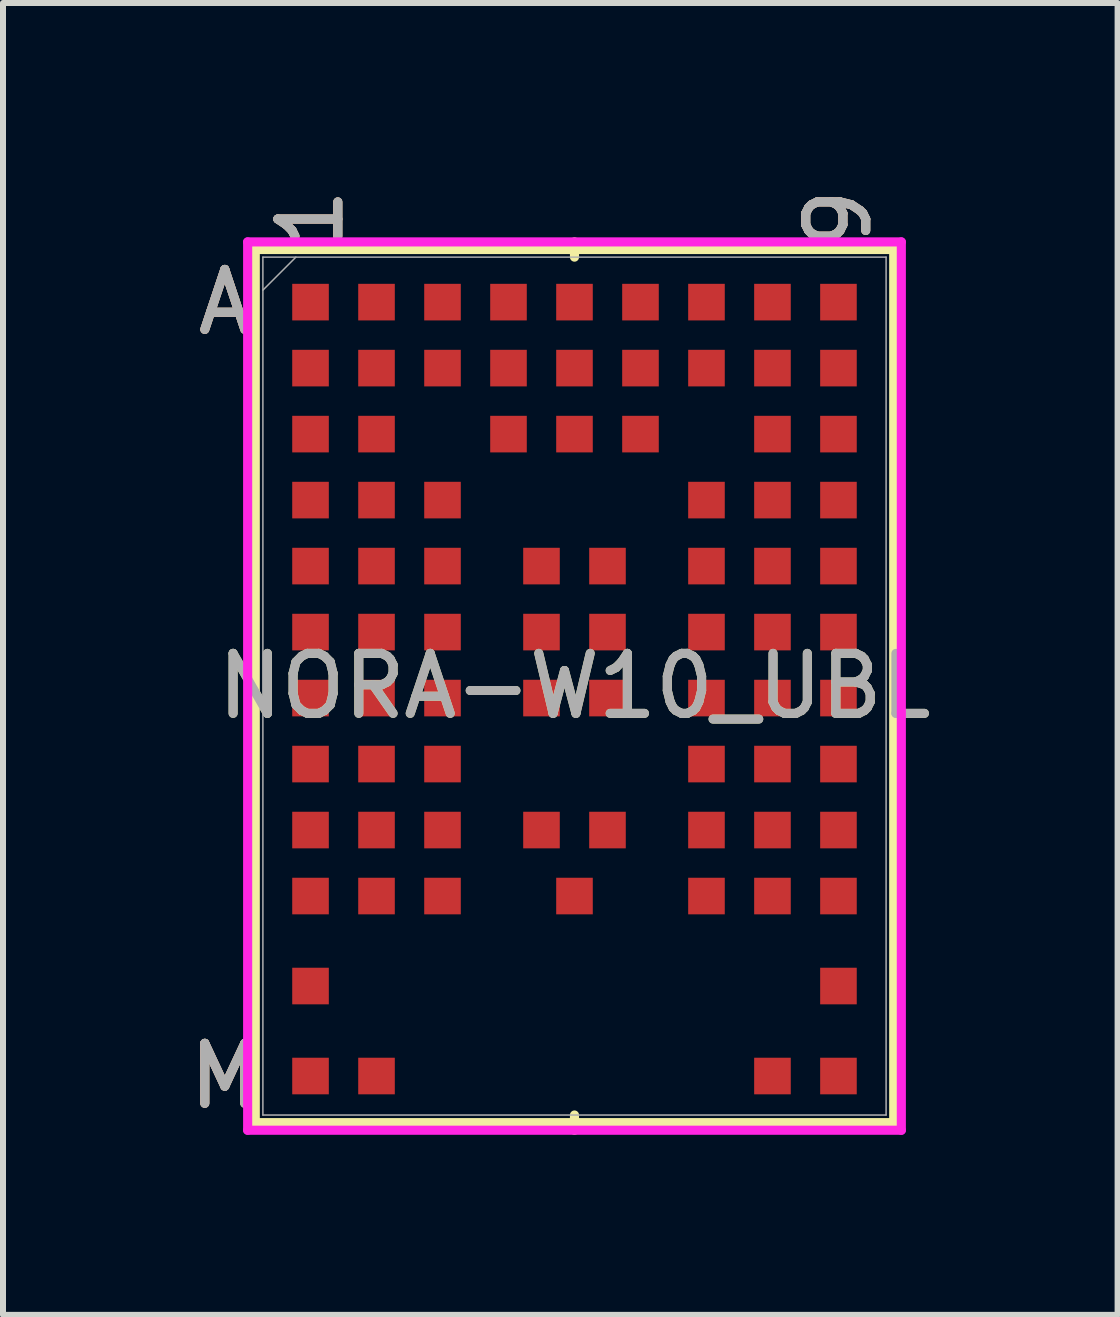
<source format=kicad_pcb>
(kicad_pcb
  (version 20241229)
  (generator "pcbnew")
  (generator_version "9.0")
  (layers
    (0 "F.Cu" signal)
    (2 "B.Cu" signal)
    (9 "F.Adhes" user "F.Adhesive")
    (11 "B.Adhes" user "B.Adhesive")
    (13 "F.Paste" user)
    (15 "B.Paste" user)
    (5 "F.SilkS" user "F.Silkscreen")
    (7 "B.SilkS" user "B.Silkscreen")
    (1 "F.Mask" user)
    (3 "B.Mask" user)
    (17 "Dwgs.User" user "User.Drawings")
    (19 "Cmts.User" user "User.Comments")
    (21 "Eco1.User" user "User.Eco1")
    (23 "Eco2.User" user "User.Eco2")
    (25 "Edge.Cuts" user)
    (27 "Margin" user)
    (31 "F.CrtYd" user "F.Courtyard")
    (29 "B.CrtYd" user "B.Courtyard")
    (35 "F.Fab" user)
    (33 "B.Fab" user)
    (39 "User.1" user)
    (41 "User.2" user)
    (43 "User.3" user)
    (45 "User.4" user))
  (footprint "NORA-W10_UBL"
    (layer "F.Cu")
    (at 6.526 8.386)
    (property "Reference" "NORA-W10_UBL" (at 0 0 0) (unlocked yes) (layer "F.SilkS") (effects (font (size 1 1) (thickness 0.15))))
    (attr smd)
    (fp_line (start -5.321 -7.277) (end -5.321 7.277) (stroke (width 0.152) (type solid)) (layer "F.SilkS"))
    (fp_line (start -5.321 7.277) (end 5.321 7.277) (stroke (width 0.152) (type solid)) (layer "F.SilkS"))
    (fp_line (start 0 -7.15) (end 0 -7.404) (stroke (width 0.152) (type solid)) (layer "F.SilkS"))
    (fp_line (start 0 7.15) (end 0 7.404) (stroke (width 0.152) (type solid)) (layer "F.SilkS"))
    (fp_line (start 5.321 -7.277) (end -5.321 -7.277) (stroke (width 0.152) (type solid)) (layer "F.SilkS"))
    (fp_line (start 5.321 7.277) (end 5.321 -7.277) (stroke (width 0.152) (type solid)) (layer "F.SilkS"))
    (fp_poly (pts (xy -5.458 -2.158) (xy 5.458 -2.158) (xy 5.458 2.158) (xy -5.458 2.158)) (stroke (width 0.1) (type solid)) (fill no) (layer "Eco2.User"))
    (fp_poly (pts (xy -4.095 3.805) (xy -4.095 6.195) (xy -2.995 6.195) (xy -2.995 7) (xy -5.194 7) (xy -5.194 7.15) (xy 5.194 7.15) (xy 5.194 7) (xy 2.995 7) (xy 2.995 6.195) (xy 4.095 6.195) (xy 4.095 3.805)) (stroke (width 0.1) (type solid)) (fill no) (layer "Eco2.User"))
    (fp_line (start -5.448 -7.404) (end 5.448 -7.404) (stroke (width 0.152) (type solid)) (layer "F.CrtYd"))
    (fp_line (start -5.448 7.404) (end -5.448 -7.404) (stroke (width 0.152) (type solid)) (layer "F.CrtYd"))
    (fp_line (start 5.448 -7.404) (end 5.448 7.404) (stroke (width 0.152) (type solid)) (layer "F.CrtYd"))
    (fp_line (start 5.448 7.404) (end -5.448 7.404) (stroke (width 0.152) (type solid)) (layer "F.CrtYd"))
    (fp_line (start -5.194 -7.15) (end -5.194 7.15) (stroke (width 0.025) (type solid)) (layer "F.Fab"))
    (fp_line (start -5.194 7.15) (end 5.194 7.15) (stroke (width 0.025) (type solid)) (layer "F.Fab"))
    (fp_line (start -4.644 -7.15) (end -5.194 -6.6) (stroke (width 0.025) (type solid)) (layer "F.Fab"))
    (fp_line (start 5.194 -7.15) (end -5.194 -7.15) (stroke (width 0.025) (type solid)) (layer "F.Fab"))
    (fp_line (start 5.194 7.15) (end 5.194 -7.15) (stroke (width 0.025) (type solid)) (layer "F.Fab"))
    (fp_text user "1" (at -4.4 -7.785 90) (unlocked yes) (layer "F.SilkS") (effects (font (size 1 1) (thickness 0.15))))
    (fp_text user "9" (at 4.4 -7.785 90) (unlocked yes) (layer "F.SilkS") (effects (font (size 1 1) (thickness 0.15))))
    (fp_text user "A" (at -5.829 -6.4 0) (unlocked yes) (layer "F.SilkS") (effects (font (size 1 1) (thickness 0.15))))
    (fp_text user "M" (at -5.829 6.5 0) (unlocked yes) (layer "F.SilkS") (effects (font (size 1 1) (thickness 0.15))))
    (fp_text user "M" (at -5.829 6.5 0) (unlocked yes) (layer "B.SilkS") (effects (font (size 1 1) (thickness 0.15))))
    (fp_text user "9" (at 4.4 -7.785 90) (unlocked yes) (layer "B.SilkS") (effects (font (size 1 1) (thickness 0.15))))
    (fp_text user "A" (at -5.829 -6.4 0) (unlocked yes) (layer "B.SilkS") (effects (font (size 1 1) (thickness 0.15))))
    (fp_text user "1" (at -4.4 -7.785 90) (unlocked yes) (layer "B.SilkS") (effects (font (size 1 1) (thickness 0.15))))
    (fp_text user "M" (at -5.829 6.5 0) (unlocked yes) (layer "F.Fab") (effects (font (size 1 1) (thickness 0.15))))
    (fp_text user "A" (at -5.829 -6.4 0) (unlocked yes) (layer "F.Fab") (effects (font (size 1 1) (thickness 0.15))))
    (fp_text user "9" (at 4.4 -7.785 90) (unlocked yes) (layer "F.Fab") (effects (font (size 1 1) (thickness 0.15))))
    (fp_text user "1" (at -4.4 -7.785 90) (unlocked yes) (layer "F.Fab") (effects (font (size 1 1) (thickness 0.15))))
    (fp_text user "${REFERENCE}" (at 0 0 0) (unlocked yes) (layer "F.Fab") (effects (font (size 1 1) (thickness 0.15))))
    (pad "A1" smd rect (at -4.4 -6.4) (size 0.61 0.61) (layers "F.Cu" "F.Mask" "F.Paste"))
    (pad "A2" smd rect (at -3.3 -6.4) (size 0.61 0.61) (layers "F.Cu" "F.Mask" "F.Paste"))
    (pad "A3" smd rect (at -2.2 -6.4) (size 0.61 0.61) (layers "F.Cu" "F.Mask" "F.Paste"))
    (pad "A4" smd rect (at -1.1 -6.4) (size 0.61 0.61) (layers "F.Cu" "F.Mask" "F.Paste"))
    (pad "A5" smd rect (at 0 -6.4) (size 0.61 0.61) (layers "F.Cu" "F.Mask" "F.Paste"))
    (pad "A6" smd rect (at 1.1 -6.4) (size 0.61 0.61) (layers "F.Cu" "F.Mask" "F.Paste"))
    (pad "A7" smd rect (at 2.2 -6.4) (size 0.61 0.61) (layers "F.Cu" "F.Mask" "F.Paste"))
    (pad "A8" smd rect (at 3.3 -6.4) (size 0.61 0.61) (layers "F.Cu" "F.Mask" "F.Paste"))
    (pad "A9" smd rect (at 4.4 -6.4) (size 0.61 0.61) (layers "F.Cu" "F.Mask" "F.Paste"))
    (pad "B1" smd rect (at -4.4 -5.3) (size 0.61 0.61) (layers "F.Cu" "F.Mask" "F.Paste"))
    (pad "B2" smd rect (at -3.3 -5.3) (size 0.61 0.61) (layers "F.Cu" "F.Mask" "F.Paste"))
    (pad "B3" smd rect (at -2.2 -5.3) (size 0.61 0.61) (layers "F.Cu" "F.Mask" "F.Paste"))
    (pad "B4" smd rect (at -1.1 -5.3) (size 0.61 0.61) (layers "F.Cu" "F.Mask" "F.Paste"))
    (pad "B5" smd rect (at 0 -5.3) (size 0.61 0.61) (layers "F.Cu" "F.Mask" "F.Paste"))
    (pad "B6" smd rect (at 1.1 -5.3) (size 0.61 0.61) (layers "F.Cu" "F.Mask" "F.Paste"))
    (pad "B7" smd rect (at 2.2 -5.3) (size 0.61 0.61) (layers "F.Cu" "F.Mask" "F.Paste"))
    (pad "B8" smd rect (at 3.3 -5.3) (size 0.61 0.61) (layers "F.Cu" "F.Mask" "F.Paste"))
    (pad "B9" smd rect (at 4.4 -5.3) (size 0.61 0.61) (layers "F.Cu" "F.Mask" "F.Paste"))
    (pad "C1" smd rect (at -4.4 -4.2) (size 0.61 0.61) (layers "F.Cu" "F.Mask" "F.Paste"))
    (pad "C2" smd rect (at -3.3 -4.2) (size 0.61 0.61) (layers "F.Cu" "F.Mask" "F.Paste"))
    (pad "C4" smd rect (at -1.1 -4.2) (size 0.61 0.61) (layers "F.Cu" "F.Mask" "F.Paste"))
    (pad "C5" smd rect (at 0 -4.2) (size 0.61 0.61) (layers "F.Cu" "F.Mask" "F.Paste"))
    (pad "C6" smd rect (at 1.1 -4.2) (size 0.61 0.61) (layers "F.Cu" "F.Mask" "F.Paste"))
    (pad "C8" smd rect (at 3.3 -4.2) (size 0.61 0.61) (layers "F.Cu" "F.Mask" "F.Paste"))
    (pad "C9" smd rect (at 4.4 -4.2) (size 0.61 0.61) (layers "F.Cu" "F.Mask" "F.Paste"))
    (pad "D1" smd rect (at -4.4 -3.1) (size 0.61 0.61) (layers "F.Cu" "F.Mask" "F.Paste"))
    (pad "D2" smd rect (at -3.3 -3.1) (size 0.61 0.61) (layers "F.Cu" "F.Mask" "F.Paste"))
    (pad "D3" smd rect (at -2.2 -3.1) (size 0.61 0.61) (layers "F.Cu" "F.Mask" "F.Paste"))
    (pad "D7" smd rect (at 2.2 -3.1) (size 0.61 0.61) (layers "F.Cu" "F.Mask" "F.Paste"))
    (pad "D8" smd rect (at 3.3 -3.1) (size 0.61 0.61) (layers "F.Cu" "F.Mask" "F.Paste"))
    (pad "D9" smd rect (at 4.4 -3.1) (size 0.61 0.61) (layers "F.Cu" "F.Mask" "F.Paste"))
    (pad "E1" smd rect (at -4.4 -2) (size 0.61 0.61) (layers "F.Cu" "F.Mask" "F.Paste"))
    (pad "E2" smd rect (at -3.3 -2) (size 0.61 0.61) (layers "F.Cu" "F.Mask" "F.Paste"))
    (pad "E3" smd rect (at -2.2 -2) (size 0.61 0.61) (layers "F.Cu" "F.Mask" "F.Paste"))
    (pad "E4" smd rect (at -0.55 -2) (size 0.61 0.61) (layers "F.Cu" "F.Mask" "F.Paste"))
    (pad "E5" smd rect (at 0.55 -2) (size 0.61 0.61) (layers "F.Cu" "F.Mask" "F.Paste"))
    (pad "E7" smd rect (at 2.2 -2) (size 0.61 0.61) (layers "F.Cu" "F.Mask" "F.Paste"))
    (pad "E8" smd rect (at 3.3 -2) (size 0.61 0.61) (layers "F.Cu" "F.Mask" "F.Paste"))
    (pad "E9" smd rect (at 4.4 -2) (size 0.61 0.61) (layers "F.Cu" "F.Mask" "F.Paste"))
    (pad "F1" smd rect (at -4.4 -0.9) (size 0.61 0.61) (layers "F.Cu" "F.Mask" "F.Paste"))
    (pad "F2" smd rect (at -3.3 -0.9) (size 0.61 0.61) (layers "F.Cu" "F.Mask" "F.Paste"))
    (pad "F3" smd rect (at -2.2 -0.9) (size 0.61 0.61) (layers "F.Cu" "F.Mask" "F.Paste"))
    (pad "F4" smd rect (at -0.55 -0.9) (size 0.61 0.61) (layers "F.Cu" "F.Mask" "F.Paste"))
    (pad "F5" smd rect (at 0.55 -0.9) (size 0.61 0.61) (layers "F.Cu" "F.Mask" "F.Paste"))
    (pad "F7" smd rect (at 2.2 -0.9) (size 0.61 0.61) (layers "F.Cu" "F.Mask" "F.Paste"))
    (pad "F8" smd rect (at 3.3 -0.9) (size 0.61 0.61) (layers "F.Cu" "F.Mask" "F.Paste"))
    (pad "F9" smd rect (at 4.4 -0.9) (size 0.61 0.61) (layers "F.Cu" "F.Mask" "F.Paste"))
    (pad "G1" smd rect (at -4.4 0.2) (size 0.61 0.61) (layers "F.Cu" "F.Mask" "F.Paste"))
    (pad "G2" smd rect (at -3.3 0.2) (size 0.61 0.61) (layers "F.Cu" "F.Mask" "F.Paste"))
    (pad "G3" smd rect (at -2.2 0.2) (size 0.61 0.61) (layers "F.Cu" "F.Mask" "F.Paste"))
    (pad "G4" smd rect (at -0.55 0.2) (size 0.61 0.61) (layers "F.Cu" "F.Mask" "F.Paste"))
    (pad "G5" smd rect (at 0.55 0.2) (size 0.61 0.61) (layers "F.Cu" "F.Mask" "F.Paste"))
    (pad "G7" smd rect (at 2.2 0.2) (size 0.61 0.61) (layers "F.Cu" "F.Mask" "F.Paste"))
    (pad "G8" smd rect (at 3.3 0.2) (size 0.61 0.61) (layers "F.Cu" "F.Mask" "F.Paste"))
    (pad "G9" smd rect (at 4.4 0.2) (size 0.61 0.61) (layers "F.Cu" "F.Mask" "F.Paste"))
    (pad "H1" smd rect (at -4.4 1.3) (size 0.61 0.61) (layers "F.Cu" "F.Mask" "F.Paste"))
    (pad "H2" smd rect (at -3.3 1.3) (size 0.61 0.61) (layers "F.Cu" "F.Mask" "F.Paste"))
    (pad "H3" smd rect (at -2.2 1.3) (size 0.61 0.61) (layers "F.Cu" "F.Mask" "F.Paste"))
    (pad "H7" smd rect (at 2.2 1.3) (size 0.61 0.61) (layers "F.Cu" "F.Mask" "F.Paste"))
    (pad "H8" smd rect (at 3.3 1.3) (size 0.61 0.61) (layers "F.Cu" "F.Mask" "F.Paste"))
    (pad "H9" smd rect (at 4.4 1.3) (size 0.61 0.61) (layers "F.Cu" "F.Mask" "F.Paste"))
    (pad "J1" smd rect (at -4.4 2.4) (size 0.61 0.61) (layers "F.Cu" "F.Mask" "F.Paste"))
    (pad "J2" smd rect (at -3.3 2.4) (size 0.61 0.61) (layers "F.Cu" "F.Mask" "F.Paste"))
    (pad "J3" smd rect (at -2.2 2.4) (size 0.61 0.61) (layers "F.Cu" "F.Mask" "F.Paste"))
    (pad "J4" smd rect (at -0.55 2.4) (size 0.61 0.61) (layers "F.Cu" "F.Mask" "F.Paste"))
    (pad "J5" smd rect (at 0.55 2.4) (size 0.61 0.61) (layers "F.Cu" "F.Mask" "F.Paste"))
    (pad "J7" smd rect (at 2.2 2.4) (size 0.61 0.61) (layers "F.Cu" "F.Mask" "F.Paste"))
    (pad "J8" smd rect (at 3.3 2.4) (size 0.61 0.61) (layers "F.Cu" "F.Mask" "F.Paste"))
    (pad "J9" smd rect (at 4.4 2.4) (size 0.61 0.61) (layers "F.Cu" "F.Mask" "F.Paste"))
    (pad "K1" smd rect (at -4.4 3.5) (size 0.61 0.61) (layers "F.Cu" "F.Mask" "F.Paste"))
    (pad "K2" smd rect (at -3.3 3.5) (size 0.61 0.61) (layers "F.Cu" "F.Mask" "F.Paste"))
    (pad "K3" smd rect (at -2.2 3.5) (size 0.61 0.61) (layers "F.Cu" "F.Mask" "F.Paste"))
    (pad "K5" smd rect (at 0 3.5) (size 0.61 0.61) (layers "F.Cu" "F.Mask" "F.Paste"))
    (pad "K7" smd rect (at 2.2 3.5) (size 0.61 0.61) (layers "F.Cu" "F.Mask" "F.Paste"))
    (pad "K8" smd rect (at 3.3 3.5) (size 0.61 0.61) (layers "F.Cu" "F.Mask" "F.Paste"))
    (pad "K9" smd rect (at 4.4 3.5) (size 0.61 0.61) (layers "F.Cu" "F.Mask" "F.Paste"))
    (pad "L1" smd rect (at -4.4 5) (size 0.61 0.61) (layers "F.Cu" "F.Mask" "F.Paste"))
    (pad "L9" smd rect (at 4.4 5) (size 0.61 0.61) (layers "F.Cu" "F.Mask" "F.Paste"))
    (pad "M1" smd rect (at -4.4 6.5) (size 0.61 0.61) (layers "F.Cu" "F.Mask" "F.Paste"))
    (pad "M2" smd rect (at -3.3 6.5) (size 0.61 0.61) (layers "F.Cu" "F.Mask" "F.Paste"))
    (pad "M8" smd rect (at 3.3 6.5) (size 0.61 0.61) (layers "F.Cu" "F.Mask" "F.Paste"))
    (pad "M9" smd rect (at 4.4 6.5) (size 0.61 0.61) (layers "F.Cu" "F.Mask" "F.Paste")))
  (gr_rect
    (start -3 -3)
    (end 15.579 18.867)
    (stroke (width 0.1) (type default))
    (fill no)
    (layer "Edge.Cuts")))
</source>
